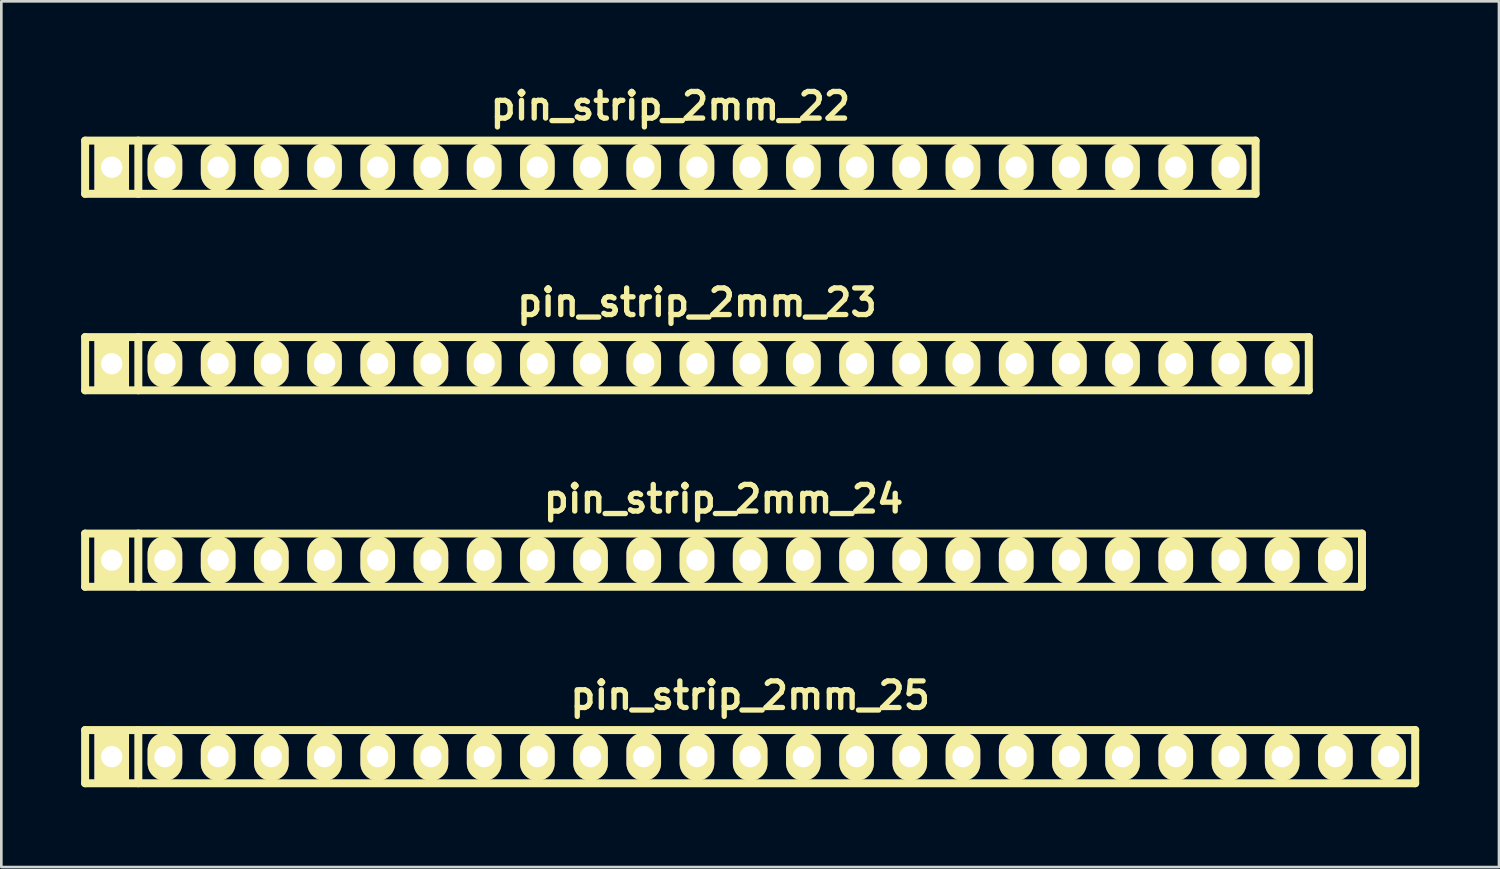
<source format=kicad_pcb>
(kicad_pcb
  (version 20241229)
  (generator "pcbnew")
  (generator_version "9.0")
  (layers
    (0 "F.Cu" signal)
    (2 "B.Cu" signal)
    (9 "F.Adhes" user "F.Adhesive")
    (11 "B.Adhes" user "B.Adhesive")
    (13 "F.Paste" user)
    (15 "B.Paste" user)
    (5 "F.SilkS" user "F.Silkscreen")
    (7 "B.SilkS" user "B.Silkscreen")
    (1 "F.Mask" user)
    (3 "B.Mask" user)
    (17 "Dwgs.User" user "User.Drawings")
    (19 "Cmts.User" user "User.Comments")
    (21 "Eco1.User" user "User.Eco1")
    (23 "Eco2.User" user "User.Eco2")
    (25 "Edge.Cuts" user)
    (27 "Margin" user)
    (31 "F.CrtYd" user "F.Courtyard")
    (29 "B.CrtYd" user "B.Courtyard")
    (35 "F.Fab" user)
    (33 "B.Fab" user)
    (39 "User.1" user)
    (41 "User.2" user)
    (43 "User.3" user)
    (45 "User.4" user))
  (footprint "pin_strip_2mm_22"
    (layer "F.Cu")
    (at 22.15 3.236)
    (property "Reference" "pin_strip_2mm_22" (at 0 -2.3 0) (layer "F.SilkS") (effects (font (size 1 1) (thickness 0.2))))
    (attr through_hole)
    (fp_line (start -22 -1) (end 22 -1) (stroke (width 0.3) (type solid)) (layer "F.SilkS"))
    (fp_line (start -22 1) (end -22 -1) (stroke (width 0.3) (type solid)) (layer "F.SilkS"))
    (fp_line (start -20 -1) (end -20 1) (stroke (width 0.3) (type solid)) (layer "F.SilkS"))
    (fp_line (start 22 -1) (end 22 1) (stroke (width 0.3) (type solid)) (layer "F.SilkS"))
    (fp_line (start 22 1) (end -22 1) (stroke (width 0.3) (type solid)) (layer "F.SilkS"))
    (pad "1" thru_hole rect (at -21 0) (size 1.3 1.8) (drill 0.8) (layers "*.Cu" "*.Mask" "F.SilkS"))
    (pad "2" thru_hole oval (at -19 0) (size 1.3 1.8) (drill 0.8) (layers "*.Cu" "*.Mask" "F.SilkS"))
    (pad "3" thru_hole oval (at -17 0) (size 1.3 1.8) (drill 0.8) (layers "*.Cu" "*.Mask" "F.SilkS"))
    (pad "4" thru_hole oval (at -15 0) (size 1.3 1.8) (drill 0.8) (layers "*.Cu" "*.Mask" "F.SilkS"))
    (pad "5" thru_hole oval (at -13 0) (size 1.3 1.8) (drill 0.8) (layers "*.Cu" "*.Mask" "F.SilkS"))
    (pad "6" thru_hole oval (at -11 0) (size 1.3 1.8) (drill 0.8) (layers "*.Cu" "*.Mask" "F.SilkS"))
    (pad "7" thru_hole oval (at -9 0) (size 1.3 1.8) (drill 0.8) (layers "*.Cu" "*.Mask" "F.SilkS"))
    (pad "8" thru_hole oval (at -7 0) (size 1.3 1.8) (drill 0.8) (layers "*.Cu" "*.Mask" "F.SilkS"))
    (pad "9" thru_hole oval (at -5 0) (size 1.3 1.8) (drill 0.8) (layers "*.Cu" "*.Mask" "F.SilkS"))
    (pad "10" thru_hole oval (at -3 0) (size 1.3 1.8) (drill 0.8) (layers "*.Cu" "*.Mask" "F.SilkS"))
    (pad "11" thru_hole oval (at -1 0) (size 1.3 1.8) (drill 0.8) (layers "*.Cu" "*.Mask" "F.SilkS"))
    (pad "12" thru_hole oval (at 1 0) (size 1.3 1.8) (drill 0.8) (layers "*.Cu" "*.Mask" "F.SilkS"))
    (pad "13" thru_hole oval (at 3 0) (size 1.3 1.8) (drill 0.8) (layers "*.Cu" "*.Mask" "F.SilkS"))
    (pad "14" thru_hole oval (at 5 0) (size 1.3 1.8) (drill 0.8) (layers "*.Cu" "*.Mask" "F.SilkS"))
    (pad "15" thru_hole oval (at 7 0) (size 1.3 1.8) (drill 0.8) (layers "*.Cu" "*.Mask" "F.SilkS"))
    (pad "16" thru_hole oval (at 9 0) (size 1.3 1.8) (drill 0.8) (layers "*.Cu" "*.Mask" "F.SilkS"))
    (pad "17" thru_hole oval (at 11 0) (size 1.3 1.8) (drill 0.8) (layers "*.Cu" "*.Mask" "F.SilkS"))
    (pad "18" thru_hole oval (at 13 0) (size 1.3 1.8) (drill 0.8) (layers "*.Cu" "*.Mask" "F.SilkS"))
    (pad "19" thru_hole oval (at 15 0) (size 1.3 1.8) (drill 0.8) (layers "*.Cu" "*.Mask" "F.SilkS"))
    (pad "20" thru_hole oval (at 17 0) (size 1.3 1.8) (drill 0.8) (layers "*.Cu" "*.Mask" "F.SilkS"))
    (pad "21" thru_hole oval (at 19 0) (size 1.3 1.8) (drill 0.8) (layers "*.Cu" "*.Mask" "F.SilkS"))
    (pad "22" thru_hole oval (at 21 0) (size 1.3 1.8) (drill 0.8) (layers "*.Cu" "*.Mask" "F.SilkS")))
  (footprint "pin_strip_2mm_24"
    (layer "F.Cu")
    (at 24.15 18.008)
    (property "Reference" "pin_strip_2mm_24" (at 0 -2.3 0) (layer "F.SilkS") (effects (font (size 1 1) (thickness 0.2))))
    (attr through_hole)
    (fp_line (start -24 -1) (end 24 -1) (stroke (width 0.3) (type solid)) (layer "F.SilkS"))
    (fp_line (start -24 1) (end -24 -1) (stroke (width 0.3) (type solid)) (layer "F.SilkS"))
    (fp_line (start -22 -1) (end -22 1) (stroke (width 0.3) (type solid)) (layer "F.SilkS"))
    (fp_line (start 24 -1) (end 24 1) (stroke (width 0.3) (type solid)) (layer "F.SilkS"))
    (fp_line (start 24 1) (end -24 1) (stroke (width 0.3) (type solid)) (layer "F.SilkS"))
    (pad "1" thru_hole rect (at -23 0) (size 1.3 1.8) (drill 0.8) (layers "*.Cu" "*.Mask" "F.SilkS"))
    (pad "2" thru_hole oval (at -21 0) (size 1.3 1.8) (drill 0.8) (layers "*.Cu" "*.Mask" "F.SilkS"))
    (pad "3" thru_hole oval (at -19 0) (size 1.3 1.8) (drill 0.8) (layers "*.Cu" "*.Mask" "F.SilkS"))
    (pad "4" thru_hole oval (at -17 0) (size 1.3 1.8) (drill 0.8) (layers "*.Cu" "*.Mask" "F.SilkS"))
    (pad "5" thru_hole oval (at -15 0) (size 1.3 1.8) (drill 0.8) (layers "*.Cu" "*.Mask" "F.SilkS"))
    (pad "6" thru_hole oval (at -13 0) (size 1.3 1.8) (drill 0.8) (layers "*.Cu" "*.Mask" "F.SilkS"))
    (pad "7" thru_hole oval (at -11 0) (size 1.3 1.8) (drill 0.8) (layers "*.Cu" "*.Mask" "F.SilkS"))
    (pad "8" thru_hole oval (at -9 0) (size 1.3 1.8) (drill 0.8) (layers "*.Cu" "*.Mask" "F.SilkS"))
    (pad "9" thru_hole oval (at -7 0) (size 1.3 1.8) (drill 0.8) (layers "*.Cu" "*.Mask" "F.SilkS"))
    (pad "10" thru_hole oval (at -5 0) (size 1.3 1.8) (drill 0.8) (layers "*.Cu" "*.Mask" "F.SilkS"))
    (pad "11" thru_hole oval (at -3 0) (size 1.3 1.8) (drill 0.8) (layers "*.Cu" "*.Mask" "F.SilkS"))
    (pad "12" thru_hole oval (at -1 0) (size 1.3 1.8) (drill 0.8) (layers "*.Cu" "*.Mask" "F.SilkS"))
    (pad "13" thru_hole oval (at 1 0) (size 1.3 1.8) (drill 0.8) (layers "*.Cu" "*.Mask" "F.SilkS"))
    (pad "14" thru_hole oval (at 3 0) (size 1.3 1.8) (drill 0.8) (layers "*.Cu" "*.Mask" "F.SilkS"))
    (pad "15" thru_hole oval (at 5 0) (size 1.3 1.8) (drill 0.8) (layers "*.Cu" "*.Mask" "F.SilkS"))
    (pad "16" thru_hole oval (at 7 0) (size 1.3 1.8) (drill 0.8) (layers "*.Cu" "*.Mask" "F.SilkS"))
    (pad "17" thru_hole oval (at 9 0) (size 1.3 1.8) (drill 0.8) (layers "*.Cu" "*.Mask" "F.SilkS"))
    (pad "18" thru_hole oval (at 11 0) (size 1.3 1.8) (drill 0.8) (layers "*.Cu" "*.Mask" "F.SilkS"))
    (pad "19" thru_hole oval (at 13 0) (size 1.3 1.8) (drill 0.8) (layers "*.Cu" "*.Mask" "F.SilkS"))
    (pad "20" thru_hole oval (at 15 0) (size 1.3 1.8) (drill 0.8) (layers "*.Cu" "*.Mask" "F.SilkS"))
    (pad "21" thru_hole oval (at 17 0) (size 1.3 1.8) (drill 0.8) (layers "*.Cu" "*.Mask" "F.SilkS"))
    (pad "22" thru_hole oval (at 19 0) (size 1.3 1.8) (drill 0.8) (layers "*.Cu" "*.Mask" "F.SilkS"))
    (pad "23" thru_hole oval (at 21 0) (size 1.3 1.8) (drill 0.8) (layers "*.Cu" "*.Mask" "F.SilkS"))
    (pad "24" thru_hole oval (at 23 0) (size 1.3 1.8) (drill 0.8) (layers "*.Cu" "*.Mask" "F.SilkS")))
  (footprint "pin_strip_2mm_23"
    (layer "F.Cu")
    (at 23.15 10.622)
    (property "Reference" "pin_strip_2mm_23" (at 0 -2.3 0) (layer "F.SilkS") (effects (font (size 1 1) (thickness 0.2))))
    (attr through_hole)
    (fp_line (start -23 -1) (end 23 -1) (stroke (width 0.3) (type solid)) (layer "F.SilkS"))
    (fp_line (start -23 1) (end -23 -1) (stroke (width 0.3) (type solid)) (layer "F.SilkS"))
    (fp_line (start -21 -1) (end -21 1) (stroke (width 0.3) (type solid)) (layer "F.SilkS"))
    (fp_line (start 23 -1) (end 23 1) (stroke (width 0.3) (type solid)) (layer "F.SilkS"))
    (fp_line (start 23 1) (end -23 1) (stroke (width 0.3) (type solid)) (layer "F.SilkS"))
    (pad "1" thru_hole rect (at -22 0) (size 1.3 1.8) (drill 0.8) (layers "*.Cu" "*.Mask" "F.SilkS"))
    (pad "2" thru_hole oval (at -20 0) (size 1.3 1.8) (drill 0.8) (layers "*.Cu" "*.Mask" "F.SilkS"))
    (pad "3" thru_hole oval (at -18 0) (size 1.3 1.8) (drill 0.8) (layers "*.Cu" "*.Mask" "F.SilkS"))
    (pad "4" thru_hole oval (at -16 0) (size 1.3 1.8) (drill 0.8) (layers "*.Cu" "*.Mask" "F.SilkS"))
    (pad "5" thru_hole oval (at -14 0) (size 1.3 1.8) (drill 0.8) (layers "*.Cu" "*.Mask" "F.SilkS"))
    (pad "6" thru_hole oval (at -12 0) (size 1.3 1.8) (drill 0.8) (layers "*.Cu" "*.Mask" "F.SilkS"))
    (pad "7" thru_hole oval (at -10 0) (size 1.3 1.8) (drill 0.8) (layers "*.Cu" "*.Mask" "F.SilkS"))
    (pad "8" thru_hole oval (at -8 0) (size 1.3 1.8) (drill 0.8) (layers "*.Cu" "*.Mask" "F.SilkS"))
    (pad "9" thru_hole oval (at -6 0) (size 1.3 1.8) (drill 0.8) (layers "*.Cu" "*.Mask" "F.SilkS"))
    (pad "10" thru_hole oval (at -4 0) (size 1.3 1.8) (drill 0.8) (layers "*.Cu" "*.Mask" "F.SilkS"))
    (pad "11" thru_hole oval (at -2 0) (size 1.3 1.8) (drill 0.8) (layers "*.Cu" "*.Mask" "F.SilkS"))
    (pad "12" thru_hole oval (at 0 0) (size 1.3 1.8) (drill 0.8) (layers "*.Cu" "*.Mask" "F.SilkS"))
    (pad "13" thru_hole oval (at 2 0) (size 1.3 1.8) (drill 0.8) (layers "*.Cu" "*.Mask" "F.SilkS"))
    (pad "14" thru_hole oval (at 4 0) (size 1.3 1.8) (drill 0.8) (layers "*.Cu" "*.Mask" "F.SilkS"))
    (pad "15" thru_hole oval (at 6 0) (size 1.3 1.8) (drill 0.8) (layers "*.Cu" "*.Mask" "F.SilkS"))
    (pad "16" thru_hole oval (at 8 0) (size 1.3 1.8) (drill 0.8) (layers "*.Cu" "*.Mask" "F.SilkS"))
    (pad "17" thru_hole oval (at 10 0) (size 1.3 1.8) (drill 0.8) (layers "*.Cu" "*.Mask" "F.SilkS"))
    (pad "18" thru_hole oval (at 12 0) (size 1.3 1.8) (drill 0.8) (layers "*.Cu" "*.Mask" "F.SilkS"))
    (pad "19" thru_hole oval (at 14 0) (size 1.3 1.8) (drill 0.8) (layers "*.Cu" "*.Mask" "F.SilkS"))
    (pad "20" thru_hole oval (at 16 0) (size 1.3 1.8) (drill 0.8) (layers "*.Cu" "*.Mask" "F.SilkS"))
    (pad "21" thru_hole oval (at 18 0) (size 1.3 1.8) (drill 0.8) (layers "*.Cu" "*.Mask" "F.SilkS"))
    (pad "22" thru_hole oval (at 20 0) (size 1.3 1.8) (drill 0.8) (layers "*.Cu" "*.Mask" "F.SilkS"))
    (pad "23" thru_hole oval (at 22 0) (size 1.3 1.8) (drill 0.8) (layers "*.Cu" "*.Mask" "F.SilkS")))
  (footprint "pin_strip_2mm_25"
    (layer "F.Cu")
    (at 25.15 25.394)
    (property "Reference" "pin_strip_2mm_25" (at 0 -2.3 0) (layer "F.SilkS") (effects (font (size 1 1) (thickness 0.2))))
    (attr through_hole)
    (fp_line (start -25 -1) (end 25 -1) (stroke (width 0.3) (type solid)) (layer "F.SilkS"))
    (fp_line (start -25 1) (end -25 -1) (stroke (width 0.3) (type solid)) (layer "F.SilkS"))
    (fp_line (start -23 -1) (end -23 1) (stroke (width 0.3) (type solid)) (layer "F.SilkS"))
    (fp_line (start 25 -1) (end 25 1) (stroke (width 0.3) (type solid)) (layer "F.SilkS"))
    (fp_line (start 25 1) (end -25 1) (stroke (width 0.3) (type solid)) (layer "F.SilkS"))
    (pad "1" thru_hole rect (at -24 0) (size 1.3 1.8) (drill 0.8) (layers "*.Cu" "*.Mask" "F.SilkS"))
    (pad "2" thru_hole oval (at -22 0) (size 1.3 1.8) (drill 0.8) (layers "*.Cu" "*.Mask" "F.SilkS"))
    (pad "3" thru_hole oval (at -20 0) (size 1.3 1.8) (drill 0.8) (layers "*.Cu" "*.Mask" "F.SilkS"))
    (pad "4" thru_hole oval (at -18 0) (size 1.3 1.8) (drill 0.8) (layers "*.Cu" "*.Mask" "F.SilkS"))
    (pad "5" thru_hole oval (at -16 0) (size 1.3 1.8) (drill 0.8) (layers "*.Cu" "*.Mask" "F.SilkS"))
    (pad "6" thru_hole oval (at -14 0) (size 1.3 1.8) (drill 0.8) (layers "*.Cu" "*.Mask" "F.SilkS"))
    (pad "7" thru_hole oval (at -12 0) (size 1.3 1.8) (drill 0.8) (layers "*.Cu" "*.Mask" "F.SilkS"))
    (pad "8" thru_hole oval (at -10 0) (size 1.3 1.8) (drill 0.8) (layers "*.Cu" "*.Mask" "F.SilkS"))
    (pad "9" thru_hole oval (at -8 0) (size 1.3 1.8) (drill 0.8) (layers "*.Cu" "*.Mask" "F.SilkS"))
    (pad "10" thru_hole oval (at -6 0) (size 1.3 1.8) (drill 0.8) (layers "*.Cu" "*.Mask" "F.SilkS"))
    (pad "11" thru_hole oval (at -4 0) (size 1.3 1.8) (drill 0.8) (layers "*.Cu" "*.Mask" "F.SilkS"))
    (pad "12" thru_hole oval (at -2 0) (size 1.3 1.8) (drill 0.8) (layers "*.Cu" "*.Mask" "F.SilkS"))
    (pad "13" thru_hole oval (at 0 0) (size 1.3 1.8) (drill 0.8) (layers "*.Cu" "*.Mask" "F.SilkS"))
    (pad "14" thru_hole oval (at 2 0) (size 1.3 1.8) (drill 0.8) (layers "*.Cu" "*.Mask" "F.SilkS"))
    (pad "15" thru_hole oval (at 4 0) (size 1.3 1.8) (drill 0.8) (layers "*.Cu" "*.Mask" "F.SilkS"))
    (pad "16" thru_hole oval (at 6 0) (size 1.3 1.8) (drill 0.8) (layers "*.Cu" "*.Mask" "F.SilkS"))
    (pad "17" thru_hole oval (at 8 0) (size 1.3 1.8) (drill 0.8) (layers "*.Cu" "*.Mask" "F.SilkS"))
    (pad "18" thru_hole oval (at 10 0) (size 1.3 1.8) (drill 0.8) (layers "*.Cu" "*.Mask" "F.SilkS"))
    (pad "19" thru_hole oval (at 12 0) (size 1.3 1.8) (drill 0.8) (layers "*.Cu" "*.Mask" "F.SilkS"))
    (pad "20" thru_hole oval (at 14 0) (size 1.3 1.8) (drill 0.8) (layers "*.Cu" "*.Mask" "F.SilkS"))
    (pad "21" thru_hole oval (at 16 0) (size 1.3 1.8) (drill 0.8) (layers "*.Cu" "*.Mask" "F.SilkS"))
    (pad "22" thru_hole oval (at 18 0) (size 1.3 1.8) (drill 0.8) (layers "*.Cu" "*.Mask" "F.SilkS"))
    (pad "23" thru_hole oval (at 20 0) (size 1.3 1.8) (drill 0.8) (layers "*.Cu" "*.Mask" "F.SilkS"))
    (pad "24" thru_hole oval (at 22 0) (size 1.3 1.8) (drill 0.8) (layers "*.Cu" "*.Mask" "F.SilkS"))
    (pad "25" thru_hole oval (at 24 0) (size 1.3 1.8) (drill 0.8) (layers "*.Cu" "*.Mask" "F.SilkS")))
  (gr_rect
    (start -3 -3)
    (end 53.3 29.544)
    (stroke (width 0.1) (type default))
    (fill no)
    (layer "Edge.Cuts")))
</source>
